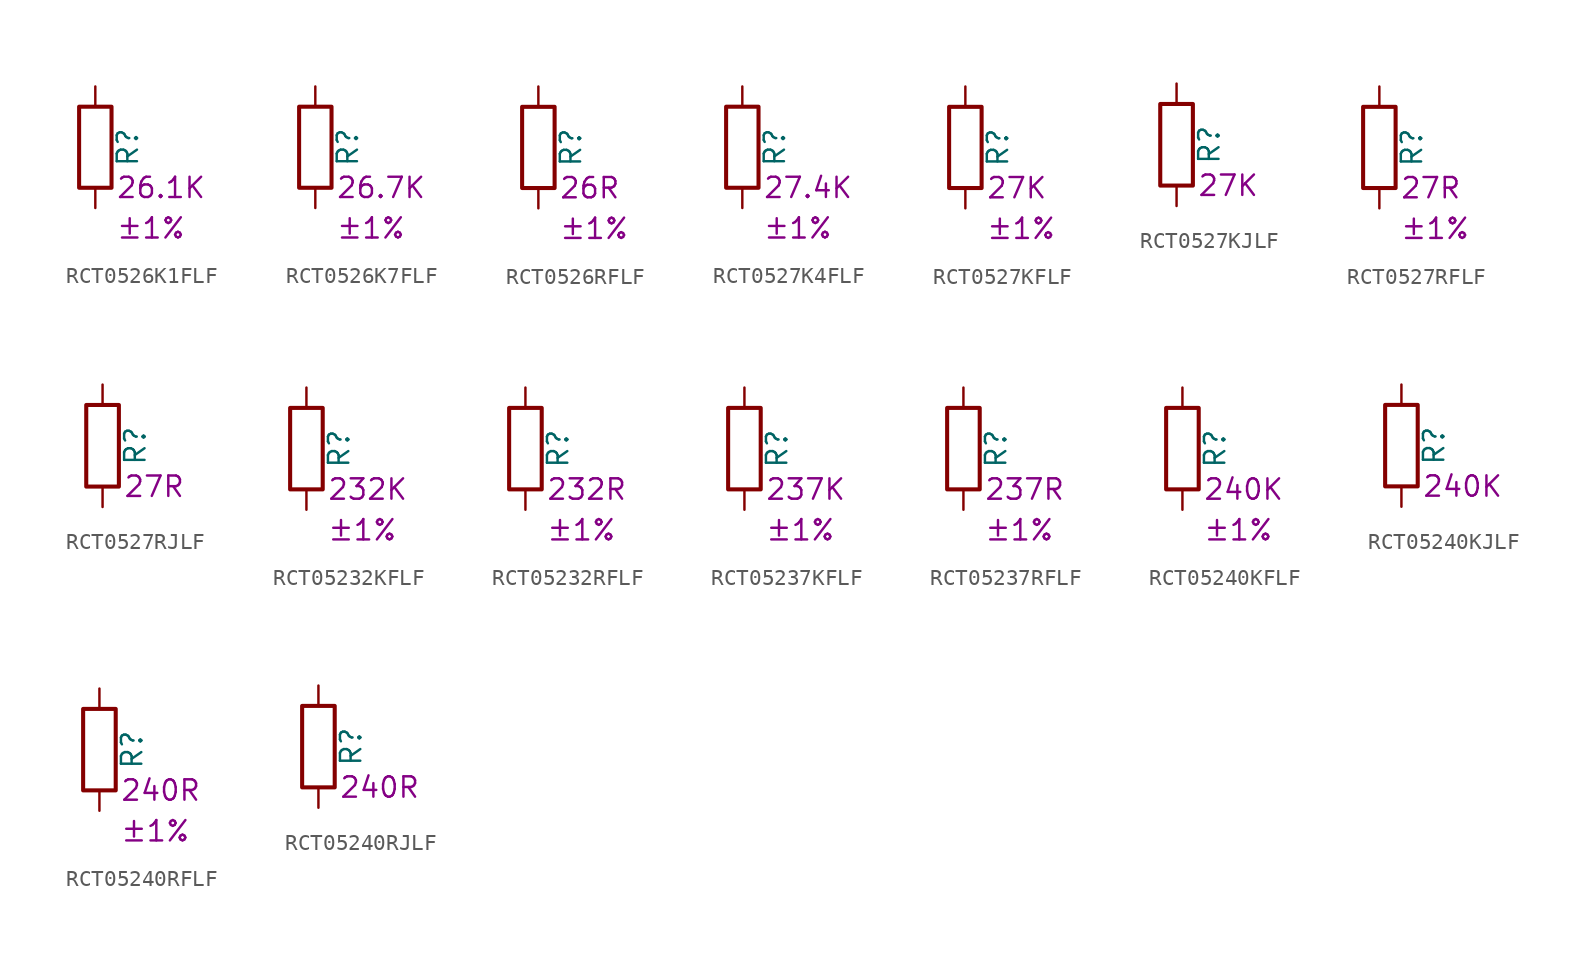
<source format=kicad_sym>
(kicad_symbol_lib
  (version 20220914)
  (generator kicad_symbol_editor)
  (symbol "RCT0526K1FLF"
    (pin_numbers hide)
    (pin_names
      (offset 0))
    (property "Reference" "R"
      (at 2.032 0 90)
      (effects (font (size 1.27 1.27))))
    (property "Resistance" "26.1K"
      (at 1.27 -2.54 0)
      (effects (font (size 1.27 1.27)) (justify left)))
    (property "Tolerance" "±1%"
      (at 1.27 -5.08 0)
      (effects (font (size 1.27 1.27)) (justify left)))
    (symbol "RCT0526K1FLF_0_1"
      (rectangle (start -1.016 -2.54) (end 1.016 2.54) (stroke (width 0.254) (type default)) (fill (type none))))
    (symbol "RCT0526K1FLF_1_1"
      (pin passive line (at 0 3.81 270) (length 1.27) (name "~" (effects (font (size 1.27 1.27)))) (number "1" (effects (font (size 1.27 1.27)))))
      (pin passive line (at 0 -3.81 90) (length 1.27) (name "~" (effects (font (size 1.27 1.27)))) (number "2" (effects (font (size 1.27 1.27)))))))
  (symbol "RCT0526K7FLF"
    (pin_numbers hide)
    (pin_names
      (offset 0))
    (property "Reference" "R"
      (at 2.032 0 90)
      (effects (font (size 1.27 1.27))))
    (property "Resistance" "26.7K"
      (at 1.27 -2.54 0)
      (effects (font (size 1.27 1.27)) (justify left)))
    (property "Tolerance" "±1%"
      (at 1.27 -5.08 0)
      (effects (font (size 1.27 1.27)) (justify left)))
    (symbol "RCT0526K7FLF_0_1"
      (rectangle (start -1.016 -2.54) (end 1.016 2.54) (stroke (width 0.254) (type default)) (fill (type none))))
    (symbol "RCT0526K7FLF_1_1"
      (pin passive line (at 0 3.81 270) (length 1.27) (name "~" (effects (font (size 1.27 1.27)))) (number "1" (effects (font (size 1.27 1.27)))))
      (pin passive line (at 0 -3.81 90) (length 1.27) (name "~" (effects (font (size 1.27 1.27)))) (number "2" (effects (font (size 1.27 1.27)))))))
  (symbol "RCT0526RFLF"
    (pin_numbers hide)
    (pin_names
      (offset 0))
    (property "Reference" "R"
      (at 2.032 0 90)
      (effects (font (size 1.27 1.27))))
    (property "Resistance" "26R"
      (at 1.27 -2.54 0)
      (effects (font (size 1.27 1.27)) (justify left)))
    (property "Tolerance" "±1%"
      (at 1.27 -5.08 0)
      (effects (font (size 1.27 1.27)) (justify left)))
    (symbol "RCT0526RFLF_0_1"
      (rectangle (start -1.016 -2.54) (end 1.016 2.54) (stroke (width 0.254) (type default)) (fill (type none))))
    (symbol "RCT0526RFLF_1_1"
      (pin passive line (at 0 3.81 270) (length 1.27) (name "~" (effects (font (size 1.27 1.27)))) (number "1" (effects (font (size 1.27 1.27)))))
      (pin passive line (at 0 -3.81 90) (length 1.27) (name "~" (effects (font (size 1.27 1.27)))) (number "2" (effects (font (size 1.27 1.27)))))))
  (symbol "RCT0527K4FLF"
    (pin_numbers hide)
    (pin_names
      (offset 0))
    (property "Reference" "R"
      (at 2.032 0 90)
      (effects (font (size 1.27 1.27))))
    (property "Resistance" "27.4K"
      (at 1.27 -2.54 0)
      (effects (font (size 1.27 1.27)) (justify left)))
    (property "Tolerance" "±1%"
      (at 1.27 -5.08 0)
      (effects (font (size 1.27 1.27)) (justify left)))
    (symbol "RCT0527K4FLF_0_1"
      (rectangle (start -1.016 -2.54) (end 1.016 2.54) (stroke (width 0.254) (type default)) (fill (type none))))
    (symbol "RCT0527K4FLF_1_1"
      (pin passive line (at 0 3.81 270) (length 1.27) (name "~" (effects (font (size 1.27 1.27)))) (number "1" (effects (font (size 1.27 1.27)))))
      (pin passive line (at 0 -3.81 90) (length 1.27) (name "~" (effects (font (size 1.27 1.27)))) (number "2" (effects (font (size 1.27 1.27)))))))
  (symbol "RCT0527KFLF"
    (pin_numbers hide)
    (pin_names
      (offset 0))
    (property "Reference" "R"
      (at 2.032 0 90)
      (effects (font (size 1.27 1.27))))
    (property "Resistance" "27K"
      (at 1.27 -2.54 0)
      (effects (font (size 1.27 1.27)) (justify left)))
    (property "Tolerance" "±1%"
      (at 1.27 -5.08 0)
      (effects (font (size 1.27 1.27)) (justify left)))
    (symbol "RCT0527KFLF_0_1"
      (rectangle (start -1.016 -2.54) (end 1.016 2.54) (stroke (width 0.254) (type default)) (fill (type none))))
    (symbol "RCT0527KFLF_1_1"
      (pin passive line (at 0 3.81 270) (length 1.27) (name "~" (effects (font (size 1.27 1.27)))) (number "1" (effects (font (size 1.27 1.27)))))
      (pin passive line (at 0 -3.81 90) (length 1.27) (name "~" (effects (font (size 1.27 1.27)))) (number "2" (effects (font (size 1.27 1.27)))))))
  (symbol "RCT0527KJLF"
    (pin_numbers hide)
    (pin_names
      (offset 0))
    (property "Reference" "R"
      (at 2.032 0 90)
      (effects (font (size 1.27 1.27))))
    (property "Resistance" "27K"
      (at 1.27 -2.54 0)
      (effects (font (size 1.27 1.27)) (justify left)))
    (symbol "RCT0527KJLF_0_1"
      (rectangle (start -1.016 -2.54) (end 1.016 2.54) (stroke (width 0.254) (type default)) (fill (type none))))
    (symbol "RCT0527KJLF_1_1"
      (pin passive line (at 0 3.81 270) (length 1.27) (name "~" (effects (font (size 1.27 1.27)))) (number "1" (effects (font (size 1.27 1.27)))))
      (pin passive line (at 0 -3.81 90) (length 1.27) (name "~" (effects (font (size 1.27 1.27)))) (number "2" (effects (font (size 1.27 1.27)))))))
  (symbol "RCT0527RFLF"
    (pin_numbers hide)
    (pin_names
      (offset 0))
    (property "Reference" "R"
      (at 2.032 0 90)
      (effects (font (size 1.27 1.27))))
    (property "Resistance" "27R"
      (at 1.27 -2.54 0)
      (effects (font (size 1.27 1.27)) (justify left)))
    (property "Tolerance" "±1%"
      (at 1.27 -5.08 0)
      (effects (font (size 1.27 1.27)) (justify left)))
    (symbol "RCT0527RFLF_0_1"
      (rectangle (start -1.016 -2.54) (end 1.016 2.54) (stroke (width 0.254) (type default)) (fill (type none))))
    (symbol "RCT0527RFLF_1_1"
      (pin passive line (at 0 3.81 270) (length 1.27) (name "~" (effects (font (size 1.27 1.27)))) (number "1" (effects (font (size 1.27 1.27)))))
      (pin passive line (at 0 -3.81 90) (length 1.27) (name "~" (effects (font (size 1.27 1.27)))) (number "2" (effects (font (size 1.27 1.27)))))))
  (symbol "RCT0527RJLF"
    (pin_numbers hide)
    (pin_names
      (offset 0))
    (property "Reference" "R"
      (at 2.032 0 90)
      (effects (font (size 1.27 1.27))))
    (property "Resistance" "27R"
      (at 1.27 -2.54 0)
      (effects (font (size 1.27 1.27)) (justify left)))
    (symbol "RCT0527RJLF_0_1"
      (rectangle (start -1.016 -2.54) (end 1.016 2.54) (stroke (width 0.254) (type default)) (fill (type none))))
    (symbol "RCT0527RJLF_1_1"
      (pin passive line (at 0 3.81 270) (length 1.27) (name "~" (effects (font (size 1.27 1.27)))) (number "1" (effects (font (size 1.27 1.27)))))
      (pin passive line (at 0 -3.81 90) (length 1.27) (name "~" (effects (font (size 1.27 1.27)))) (number "2" (effects (font (size 1.27 1.27)))))))
  (symbol "RCT05232KFLF"
    (pin_numbers hide)
    (pin_names
      (offset 0))
    (property "Reference" "R"
      (at 2.032 0 90)
      (effects (font (size 1.27 1.27))))
    (property "Resistance" "232K"
      (at 1.27 -2.54 0)
      (effects (font (size 1.27 1.27)) (justify left)))
    (property "Tolerance" "±1%"
      (at 1.27 -5.08 0)
      (effects (font (size 1.27 1.27)) (justify left)))
    (symbol "RCT05232KFLF_0_1"
      (rectangle (start -1.016 -2.54) (end 1.016 2.54) (stroke (width 0.254) (type default)) (fill (type none))))
    (symbol "RCT05232KFLF_1_1"
      (pin passive line (at 0 3.81 270) (length 1.27) (name "~" (effects (font (size 1.27 1.27)))) (number "1" (effects (font (size 1.27 1.27)))))
      (pin passive line (at 0 -3.81 90) (length 1.27) (name "~" (effects (font (size 1.27 1.27)))) (number "2" (effects (font (size 1.27 1.27)))))))
  (symbol "RCT05232RFLF"
    (pin_numbers hide)
    (pin_names
      (offset 0))
    (property "Reference" "R"
      (at 2.032 0 90)
      (effects (font (size 1.27 1.27))))
    (property "Resistance" "232R"
      (at 1.27 -2.54 0)
      (effects (font (size 1.27 1.27)) (justify left)))
    (property "Tolerance" "±1%"
      (at 1.27 -5.08 0)
      (effects (font (size 1.27 1.27)) (justify left)))
    (symbol "RCT05232RFLF_0_1"
      (rectangle (start -1.016 -2.54) (end 1.016 2.54) (stroke (width 0.254) (type default)) (fill (type none))))
    (symbol "RCT05232RFLF_1_1"
      (pin passive line (at 0 3.81 270) (length 1.27) (name "~" (effects (font (size 1.27 1.27)))) (number "1" (effects (font (size 1.27 1.27)))))
      (pin passive line (at 0 -3.81 90) (length 1.27) (name "~" (effects (font (size 1.27 1.27)))) (number "2" (effects (font (size 1.27 1.27)))))))
  (symbol "RCT05237KFLF"
    (pin_numbers hide)
    (pin_names
      (offset 0))
    (property "Reference" "R"
      (at 2.032 0 90)
      (effects (font (size 1.27 1.27))))
    (property "Resistance" "237K"
      (at 1.27 -2.54 0)
      (effects (font (size 1.27 1.27)) (justify left)))
    (property "Tolerance" "±1%"
      (at 1.27 -5.08 0)
      (effects (font (size 1.27 1.27)) (justify left)))
    (symbol "RCT05237KFLF_0_1"
      (rectangle (start -1.016 -2.54) (end 1.016 2.54) (stroke (width 0.254) (type default)) (fill (type none))))
    (symbol "RCT05237KFLF_1_1"
      (pin passive line (at 0 3.81 270) (length 1.27) (name "~" (effects (font (size 1.27 1.27)))) (number "1" (effects (font (size 1.27 1.27)))))
      (pin passive line (at 0 -3.81 90) (length 1.27) (name "~" (effects (font (size 1.27 1.27)))) (number "2" (effects (font (size 1.27 1.27)))))))
  (symbol "RCT05237RFLF"
    (pin_numbers hide)
    (pin_names
      (offset 0))
    (property "Reference" "R"
      (at 2.032 0 90)
      (effects (font (size 1.27 1.27))))
    (property "Resistance" "237R"
      (at 1.27 -2.54 0)
      (effects (font (size 1.27 1.27)) (justify left)))
    (property "Tolerance" "±1%"
      (at 1.27 -5.08 0)
      (effects (font (size 1.27 1.27)) (justify left)))
    (symbol "RCT05237RFLF_0_1"
      (rectangle (start -1.016 -2.54) (end 1.016 2.54) (stroke (width 0.254) (type default)) (fill (type none))))
    (symbol "RCT05237RFLF_1_1"
      (pin passive line (at 0 3.81 270) (length 1.27) (name "~" (effects (font (size 1.27 1.27)))) (number "1" (effects (font (size 1.27 1.27)))))
      (pin passive line (at 0 -3.81 90) (length 1.27) (name "~" (effects (font (size 1.27 1.27)))) (number "2" (effects (font (size 1.27 1.27)))))))
  (symbol "RCT05240KFLF"
    (pin_numbers hide)
    (pin_names
      (offset 0))
    (property "Reference" "R"
      (at 2.032 0 90)
      (effects (font (size 1.27 1.27))))
    (property "Resistance" "240K"
      (at 1.27 -2.54 0)
      (effects (font (size 1.27 1.27)) (justify left)))
    (property "Tolerance" "±1%"
      (at 1.27 -5.08 0)
      (effects (font (size 1.27 1.27)) (justify left)))
    (symbol "RCT05240KFLF_0_1"
      (rectangle (start -1.016 -2.54) (end 1.016 2.54) (stroke (width 0.254) (type default)) (fill (type none))))
    (symbol "RCT05240KFLF_1_1"
      (pin passive line (at 0 3.81 270) (length 1.27) (name "~" (effects (font (size 1.27 1.27)))) (number "1" (effects (font (size 1.27 1.27)))))
      (pin passive line (at 0 -3.81 90) (length 1.27) (name "~" (effects (font (size 1.27 1.27)))) (number "2" (effects (font (size 1.27 1.27)))))))
  (symbol "RCT05240KJLF"
    (pin_numbers hide)
    (pin_names
      (offset 0))
    (property "Reference" "R"
      (at 2.032 0 90)
      (effects (font (size 1.27 1.27))))
    (property "Resistance" "240K"
      (at 1.27 -2.54 0)
      (effects (font (size 1.27 1.27)) (justify left)))
    (symbol "RCT05240KJLF_0_1"
      (rectangle (start -1.016 -2.54) (end 1.016 2.54) (stroke (width 0.254) (type default)) (fill (type none))))
    (symbol "RCT05240KJLF_1_1"
      (pin passive line (at 0 3.81 270) (length 1.27) (name "~" (effects (font (size 1.27 1.27)))) (number "1" (effects (font (size 1.27 1.27)))))
      (pin passive line (at 0 -3.81 90) (length 1.27) (name "~" (effects (font (size 1.27 1.27)))) (number "2" (effects (font (size 1.27 1.27)))))))
  (symbol "RCT05240RFLF"
    (pin_numbers hide)
    (pin_names
      (offset 0))
    (property "Reference" "R"
      (at 2.032 0 90)
      (effects (font (size 1.27 1.27))))
    (property "Resistance" "240R"
      (at 1.27 -2.54 0)
      (effects (font (size 1.27 1.27)) (justify left)))
    (property "Tolerance" "±1%"
      (at 1.27 -5.08 0)
      (effects (font (size 1.27 1.27)) (justify left)))
    (symbol "RCT05240RFLF_0_1"
      (rectangle (start -1.016 -2.54) (end 1.016 2.54) (stroke (width 0.254) (type default)) (fill (type none))))
    (symbol "RCT05240RFLF_1_1"
      (pin passive line (at 0 3.81 270) (length 1.27) (name "~" (effects (font (size 1.27 1.27)))) (number "1" (effects (font (size 1.27 1.27)))))
      (pin passive line (at 0 -3.81 90) (length 1.27) (name "~" (effects (font (size 1.27 1.27)))) (number "2" (effects (font (size 1.27 1.27)))))))
  (symbol "RCT05240RJLF"
    (pin_numbers hide)
    (pin_names
      (offset 0))
    (property "Reference" "R"
      (at 2.032 0 90)
      (effects (font (size 1.27 1.27))))
    (property "Resistance" "240R"
      (at 1.27 -2.54 0)
      (effects (font (size 1.27 1.27)) (justify left)))
    (symbol "RCT05240RJLF_0_1"
      (rectangle (start -1.016 -2.54) (end 1.016 2.54) (stroke (width 0.254) (type default)) (fill (type none))))
    (symbol "RCT05240RJLF_1_1"
      (pin passive line (at 0 3.81 270) (length 1.27) (name "~" (effects (font (size 1.27 1.27)))) (number "1" (effects (font (size 1.27 1.27)))))
      (pin passive line (at 0 -3.81 90) (length 1.27) (name "~" (effects (font (size 1.27 1.27)))) (number "2" (effects (font (size 1.27 1.27))))))))
</source>
